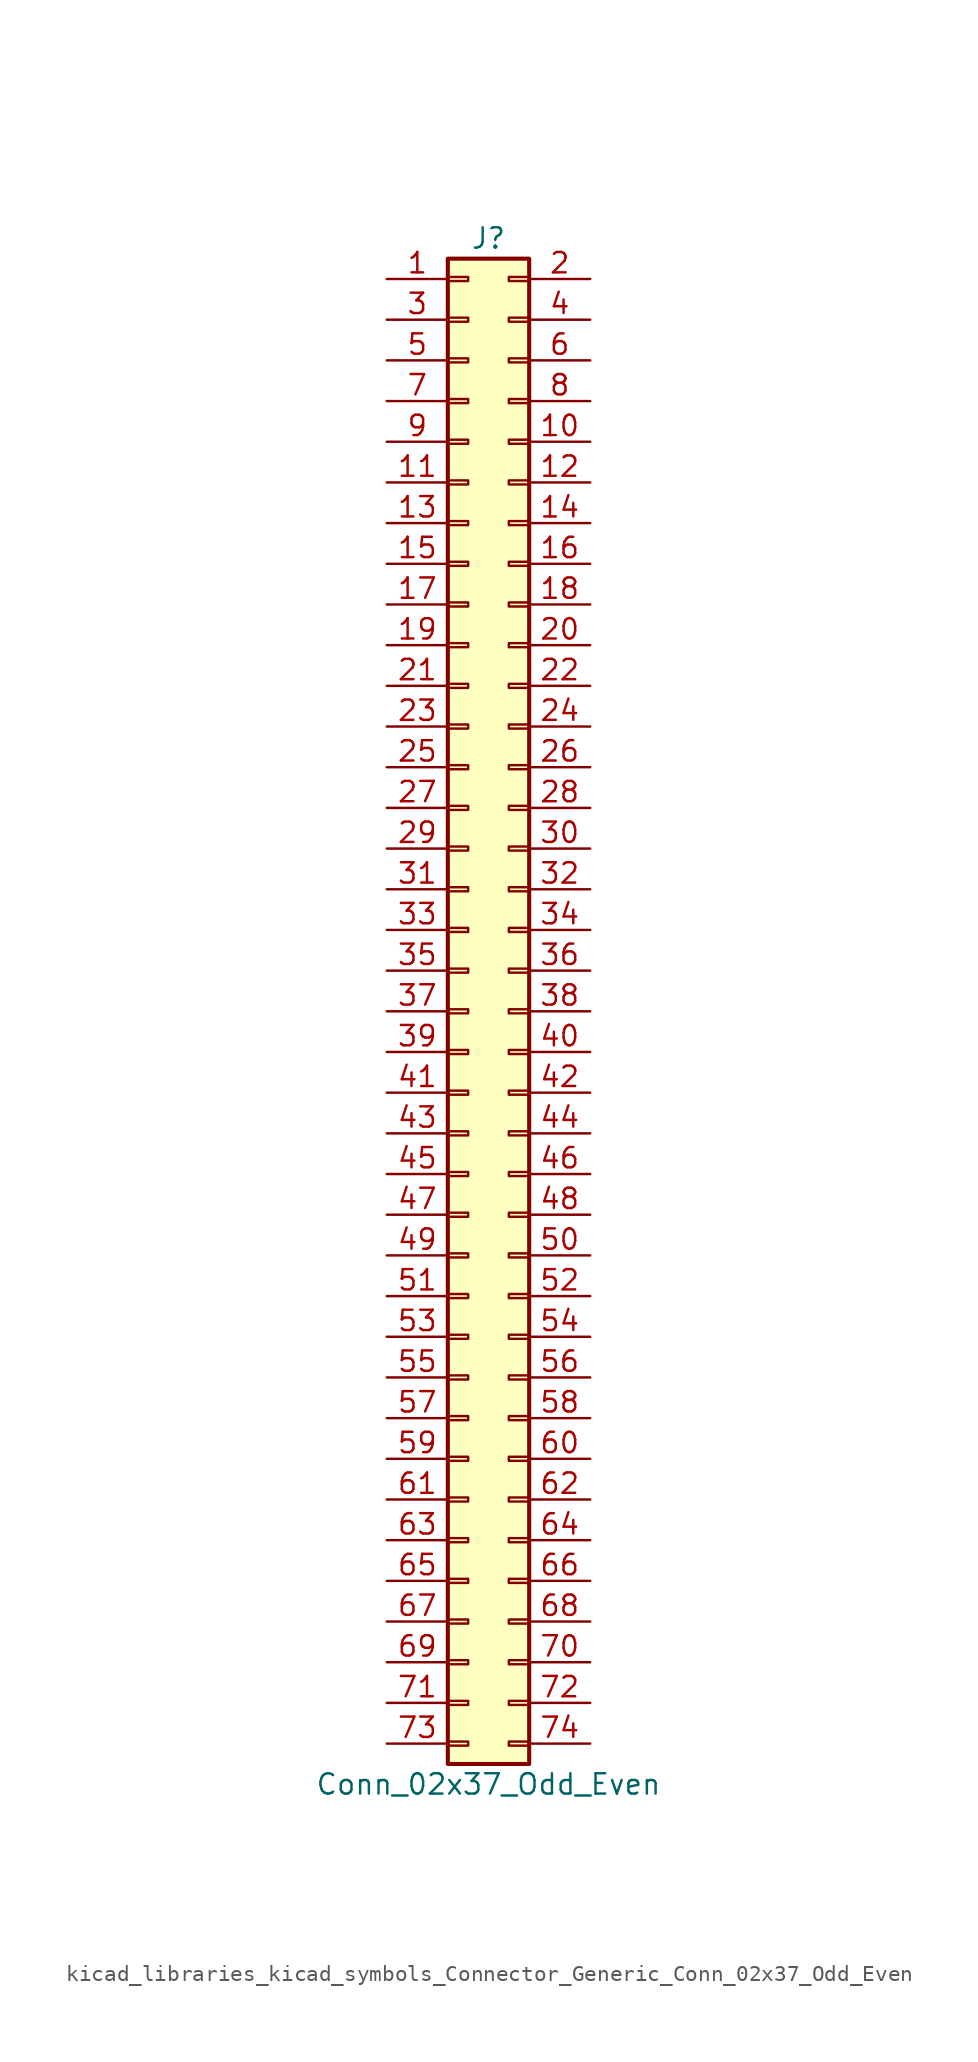
<source format=kicad_sym>
(kicad_symbol_lib
  (version 20220914)
  (generator kicad_symbol_editor)
  (symbol "kicad_libraries_kicad_symbols_Connector_Generic_Conn_02x37_Odd_Even"
    (pin_names
      (offset 1.016) hide)
    (property "Reference" "J"
      (at 1.27 48.26 0)
      (effects (font (size 1.27 1.27))))
    (property "Value" "Conn_02x37_Odd_Even"
      (at 1.27 -48.26 0)
      (effects (font (size 1.27 1.27))))
    (symbol "kicad_libraries_kicad_symbols_Connector_Generic_Conn_02x37_Odd_Even_1_1"
      (rectangle (start -1.27 -45.593) (end 0 -45.847) (stroke (width 0.152) (type default)) (fill (type none)))
      (rectangle (start -1.27 -43.053) (end 0 -43.307) (stroke (width 0.152) (type default)) (fill (type none)))
      (rectangle (start -1.27 -40.513) (end 0 -40.767) (stroke (width 0.152) (type default)) (fill (type none)))
      (rectangle (start -1.27 -37.973) (end 0 -38.227) (stroke (width 0.152) (type default)) (fill (type none)))
      (rectangle (start -1.27 -35.433) (end 0 -35.687) (stroke (width 0.152) (type default)) (fill (type none)))
      (rectangle (start -1.27 -32.893) (end 0 -33.147) (stroke (width 0.152) (type default)) (fill (type none)))
      (rectangle (start -1.27 -30.353) (end 0 -30.607) (stroke (width 0.152) (type default)) (fill (type none)))
      (rectangle (start -1.27 -27.813) (end 0 -28.067) (stroke (width 0.152) (type default)) (fill (type none)))
      (rectangle (start -1.27 -25.273) (end 0 -25.527) (stroke (width 0.152) (type default)) (fill (type none)))
      (rectangle (start -1.27 -22.733) (end 0 -22.987) (stroke (width 0.152) (type default)) (fill (type none)))
      (rectangle (start -1.27 -20.193) (end 0 -20.447) (stroke (width 0.152) (type default)) (fill (type none)))
      (rectangle (start -1.27 -17.653) (end 0 -17.907) (stroke (width 0.152) (type default)) (fill (type none)))
      (rectangle (start -1.27 -15.113) (end 0 -15.367) (stroke (width 0.152) (type default)) (fill (type none)))
      (rectangle (start -1.27 -12.573) (end 0 -12.827) (stroke (width 0.152) (type default)) (fill (type none)))
      (rectangle (start -1.27 -10.033) (end 0 -10.287) (stroke (width 0.152) (type default)) (fill (type none)))
      (rectangle (start -1.27 -7.493) (end 0 -7.747) (stroke (width 0.152) (type default)) (fill (type none)))
      (rectangle (start -1.27 -4.953) (end 0 -5.207) (stroke (width 0.152) (type default)) (fill (type none)))
      (rectangle (start -1.27 -2.413) (end 0 -2.667) (stroke (width 0.152) (type default)) (fill (type none)))
      (rectangle (start -1.27 0.127) (end 0 -0.127) (stroke (width 0.152) (type default)) (fill (type none)))
      (rectangle (start -1.27 2.667) (end 0 2.413) (stroke (width 0.152) (type default)) (fill (type none)))
      (rectangle (start -1.27 5.207) (end 0 4.953) (stroke (width 0.152) (type default)) (fill (type none)))
      (rectangle (start -1.27 7.747) (end 0 7.493) (stroke (width 0.152) (type default)) (fill (type none)))
      (rectangle (start -1.27 10.287) (end 0 10.033) (stroke (width 0.152) (type default)) (fill (type none)))
      (rectangle (start -1.27 12.827) (end 0 12.573) (stroke (width 0.152) (type default)) (fill (type none)))
      (rectangle (start -1.27 15.367) (end 0 15.113) (stroke (width 0.152) (type default)) (fill (type none)))
      (rectangle (start -1.27 17.907) (end 0 17.653) (stroke (width 0.152) (type default)) (fill (type none)))
      (rectangle (start -1.27 20.447) (end 0 20.193) (stroke (width 0.152) (type default)) (fill (type none)))
      (rectangle (start -1.27 22.987) (end 0 22.733) (stroke (width 0.152) (type default)) (fill (type none)))
      (rectangle (start -1.27 25.527) (end 0 25.273) (stroke (width 0.152) (type default)) (fill (type none)))
      (rectangle (start -1.27 28.067) (end 0 27.813) (stroke (width 0.152) (type default)) (fill (type none)))
      (rectangle (start -1.27 30.607) (end 0 30.353) (stroke (width 0.152) (type default)) (fill (type none)))
      (rectangle (start -1.27 33.147) (end 0 32.893) (stroke (width 0.152) (type default)) (fill (type none)))
      (rectangle (start -1.27 35.687) (end 0 35.433) (stroke (width 0.152) (type default)) (fill (type none)))
      (rectangle (start -1.27 38.227) (end 0 37.973) (stroke (width 0.152) (type default)) (fill (type none)))
      (rectangle (start -1.27 40.767) (end 0 40.513) (stroke (width 0.152) (type default)) (fill (type none)))
      (rectangle (start -1.27 43.307) (end 0 43.053) (stroke (width 0.152) (type default)) (fill (type none)))
      (rectangle (start -1.27 45.847) (end 0 45.593) (stroke (width 0.152) (type default)) (fill (type none)))
      (rectangle (start -1.27 46.99) (end 3.81 -46.99) (stroke (width 0.254) (type default)) (fill (type background)))
      (rectangle (start 3.81 -45.593) (end 2.54 -45.847) (stroke (width 0.152) (type default)) (fill (type none)))
      (rectangle (start 3.81 -43.053) (end 2.54 -43.307) (stroke (width 0.152) (type default)) (fill (type none)))
      (rectangle (start 3.81 -40.513) (end 2.54 -40.767) (stroke (width 0.152) (type default)) (fill (type none)))
      (rectangle (start 3.81 -37.973) (end 2.54 -38.227) (stroke (width 0.152) (type default)) (fill (type none)))
      (rectangle (start 3.81 -35.433) (end 2.54 -35.687) (stroke (width 0.152) (type default)) (fill (type none)))
      (rectangle (start 3.81 -32.893) (end 2.54 -33.147) (stroke (width 0.152) (type default)) (fill (type none)))
      (rectangle (start 3.81 -30.353) (end 2.54 -30.607) (stroke (width 0.152) (type default)) (fill (type none)))
      (rectangle (start 3.81 -27.813) (end 2.54 -28.067) (stroke (width 0.152) (type default)) (fill (type none)))
      (rectangle (start 3.81 -25.273) (end 2.54 -25.527) (stroke (width 0.152) (type default)) (fill (type none)))
      (rectangle (start 3.81 -22.733) (end 2.54 -22.987) (stroke (width 0.152) (type default)) (fill (type none)))
      (rectangle (start 3.81 -20.193) (end 2.54 -20.447) (stroke (width 0.152) (type default)) (fill (type none)))
      (rectangle (start 3.81 -17.653) (end 2.54 -17.907) (stroke (width 0.152) (type default)) (fill (type none)))
      (rectangle (start 3.81 -15.113) (end 2.54 -15.367) (stroke (width 0.152) (type default)) (fill (type none)))
      (rectangle (start 3.81 -12.573) (end 2.54 -12.827) (stroke (width 0.152) (type default)) (fill (type none)))
      (rectangle (start 3.81 -10.033) (end 2.54 -10.287) (stroke (width 0.152) (type default)) (fill (type none)))
      (rectangle (start 3.81 -7.493) (end 2.54 -7.747) (stroke (width 0.152) (type default)) (fill (type none)))
      (rectangle (start 3.81 -4.953) (end 2.54 -5.207) (stroke (width 0.152) (type default)) (fill (type none)))
      (rectangle (start 3.81 -2.413) (end 2.54 -2.667) (stroke (width 0.152) (type default)) (fill (type none)))
      (rectangle (start 3.81 0.127) (end 2.54 -0.127) (stroke (width 0.152) (type default)) (fill (type none)))
      (rectangle (start 3.81 2.667) (end 2.54 2.413) (stroke (width 0.152) (type default)) (fill (type none)))
      (rectangle (start 3.81 5.207) (end 2.54 4.953) (stroke (width 0.152) (type default)) (fill (type none)))
      (rectangle (start 3.81 7.747) (end 2.54 7.493) (stroke (width 0.152) (type default)) (fill (type none)))
      (rectangle (start 3.81 10.287) (end 2.54 10.033) (stroke (width 0.152) (type default)) (fill (type none)))
      (rectangle (start 3.81 12.827) (end 2.54 12.573) (stroke (width 0.152) (type default)) (fill (type none)))
      (rectangle (start 3.81 15.367) (end 2.54 15.113) (stroke (width 0.152) (type default)) (fill (type none)))
      (rectangle (start 3.81 17.907) (end 2.54 17.653) (stroke (width 0.152) (type default)) (fill (type none)))
      (rectangle (start 3.81 20.447) (end 2.54 20.193) (stroke (width 0.152) (type default)) (fill (type none)))
      (rectangle (start 3.81 22.987) (end 2.54 22.733) (stroke (width 0.152) (type default)) (fill (type none)))
      (rectangle (start 3.81 25.527) (end 2.54 25.273) (stroke (width 0.152) (type default)) (fill (type none)))
      (rectangle (start 3.81 28.067) (end 2.54 27.813) (stroke (width 0.152) (type default)) (fill (type none)))
      (rectangle (start 3.81 30.607) (end 2.54 30.353) (stroke (width 0.152) (type default)) (fill (type none)))
      (rectangle (start 3.81 33.147) (end 2.54 32.893) (stroke (width 0.152) (type default)) (fill (type none)))
      (rectangle (start 3.81 35.687) (end 2.54 35.433) (stroke (width 0.152) (type default)) (fill (type none)))
      (rectangle (start 3.81 38.227) (end 2.54 37.973) (stroke (width 0.152) (type default)) (fill (type none)))
      (rectangle (start 3.81 40.767) (end 2.54 40.513) (stroke (width 0.152) (type default)) (fill (type none)))
      (rectangle (start 3.81 43.307) (end 2.54 43.053) (stroke (width 0.152) (type default)) (fill (type none)))
      (rectangle (start 3.81 45.847) (end 2.54 45.593) (stroke (width 0.152) (type default)) (fill (type none)))
      (pin passive line (at -5.08 45.72 0) (length 3.81) (name "Pin_1" (effects (font (size 1.27 1.27)))) (number "1" (effects (font (size 1.27 1.27)))))
      (pin passive line (at 7.62 35.56 180) (length 3.81) (name "Pin_10" (effects (font (size 1.27 1.27)))) (number "10" (effects (font (size 1.27 1.27)))))
      (pin passive line (at -5.08 33.02 0) (length 3.81) (name "Pin_11" (effects (font (size 1.27 1.27)))) (number "11" (effects (font (size 1.27 1.27)))))
      (pin passive line (at 7.62 33.02 180) (length 3.81) (name "Pin_12" (effects (font (size 1.27 1.27)))) (number "12" (effects (font (size 1.27 1.27)))))
      (pin passive line (at -5.08 30.48 0) (length 3.81) (name "Pin_13" (effects (font (size 1.27 1.27)))) (number "13" (effects (font (size 1.27 1.27)))))
      (pin passive line (at 7.62 30.48 180) (length 3.81) (name "Pin_14" (effects (font (size 1.27 1.27)))) (number "14" (effects (font (size 1.27 1.27)))))
      (pin passive line (at -5.08 27.94 0) (length 3.81) (name "Pin_15" (effects (font (size 1.27 1.27)))) (number "15" (effects (font (size 1.27 1.27)))))
      (pin passive line (at 7.62 27.94 180) (length 3.81) (name "Pin_16" (effects (font (size 1.27 1.27)))) (number "16" (effects (font (size 1.27 1.27)))))
      (pin passive line (at -5.08 25.4 0) (length 3.81) (name "Pin_17" (effects (font (size 1.27 1.27)))) (number "17" (effects (font (size 1.27 1.27)))))
      (pin passive line (at 7.62 25.4 180) (length 3.81) (name "Pin_18" (effects (font (size 1.27 1.27)))) (number "18" (effects (font (size 1.27 1.27)))))
      (pin passive line (at -5.08 22.86 0) (length 3.81) (name "Pin_19" (effects (font (size 1.27 1.27)))) (number "19" (effects (font (size 1.27 1.27)))))
      (pin passive line (at 7.62 45.72 180) (length 3.81) (name "Pin_2" (effects (font (size 1.27 1.27)))) (number "2" (effects (font (size 1.27 1.27)))))
      (pin passive line (at 7.62 22.86 180) (length 3.81) (name "Pin_20" (effects (font (size 1.27 1.27)))) (number "20" (effects (font (size 1.27 1.27)))))
      (pin passive line (at -5.08 20.32 0) (length 3.81) (name "Pin_21" (effects (font (size 1.27 1.27)))) (number "21" (effects (font (size 1.27 1.27)))))
      (pin passive line (at 7.62 20.32 180) (length 3.81) (name "Pin_22" (effects (font (size 1.27 1.27)))) (number "22" (effects (font (size 1.27 1.27)))))
      (pin passive line (at -5.08 17.78 0) (length 3.81) (name "Pin_23" (effects (font (size 1.27 1.27)))) (number "23" (effects (font (size 1.27 1.27)))))
      (pin passive line (at 7.62 17.78 180) (length 3.81) (name "Pin_24" (effects (font (size 1.27 1.27)))) (number "24" (effects (font (size 1.27 1.27)))))
      (pin passive line (at -5.08 15.24 0) (length 3.81) (name "Pin_25" (effects (font (size 1.27 1.27)))) (number "25" (effects (font (size 1.27 1.27)))))
      (pin passive line (at 7.62 15.24 180) (length 3.81) (name "Pin_26" (effects (font (size 1.27 1.27)))) (number "26" (effects (font (size 1.27 1.27)))))
      (pin passive line (at -5.08 12.7 0) (length 3.81) (name "Pin_27" (effects (font (size 1.27 1.27)))) (number "27" (effects (font (size 1.27 1.27)))))
      (pin passive line (at 7.62 12.7 180) (length 3.81) (name "Pin_28" (effects (font (size 1.27 1.27)))) (number "28" (effects (font (size 1.27 1.27)))))
      (pin passive line (at -5.08 10.16 0) (length 3.81) (name "Pin_29" (effects (font (size 1.27 1.27)))) (number "29" (effects (font (size 1.27 1.27)))))
      (pin passive line (at -5.08 43.18 0) (length 3.81) (name "Pin_3" (effects (font (size 1.27 1.27)))) (number "3" (effects (font (size 1.27 1.27)))))
      (pin passive line (at 7.62 10.16 180) (length 3.81) (name "Pin_30" (effects (font (size 1.27 1.27)))) (number "30" (effects (font (size 1.27 1.27)))))
      (pin passive line (at -5.08 7.62 0) (length 3.81) (name "Pin_31" (effects (font (size 1.27 1.27)))) (number "31" (effects (font (size 1.27 1.27)))))
      (pin passive line (at 7.62 7.62 180) (length 3.81) (name "Pin_32" (effects (font (size 1.27 1.27)))) (number "32" (effects (font (size 1.27 1.27)))))
      (pin passive line (at -5.08 5.08 0) (length 3.81) (name "Pin_33" (effects (font (size 1.27 1.27)))) (number "33" (effects (font (size 1.27 1.27)))))
      (pin passive line (at 7.62 5.08 180) (length 3.81) (name "Pin_34" (effects (font (size 1.27 1.27)))) (number "34" (effects (font (size 1.27 1.27)))))
      (pin passive line (at -5.08 2.54 0) (length 3.81) (name "Pin_35" (effects (font (size 1.27 1.27)))) (number "35" (effects (font (size 1.27 1.27)))))
      (pin passive line (at 7.62 2.54 180) (length 3.81) (name "Pin_36" (effects (font (size 1.27 1.27)))) (number "36" (effects (font (size 1.27 1.27)))))
      (pin passive line (at -5.08 0 0) (length 3.81) (name "Pin_37" (effects (font (size 1.27 1.27)))) (number "37" (effects (font (size 1.27 1.27)))))
      (pin passive line (at 7.62 0 180) (length 3.81) (name "Pin_38" (effects (font (size 1.27 1.27)))) (number "38" (effects (font (size 1.27 1.27)))))
      (pin passive line (at -5.08 -2.54 0) (length 3.81) (name "Pin_39" (effects (font (size 1.27 1.27)))) (number "39" (effects (font (size 1.27 1.27)))))
      (pin passive line (at 7.62 43.18 180) (length 3.81) (name "Pin_4" (effects (font (size 1.27 1.27)))) (number "4" (effects (font (size 1.27 1.27)))))
      (pin passive line (at 7.62 -2.54 180) (length 3.81) (name "Pin_40" (effects (font (size 1.27 1.27)))) (number "40" (effects (font (size 1.27 1.27)))))
      (pin passive line (at -5.08 -5.08 0) (length 3.81) (name "Pin_41" (effects (font (size 1.27 1.27)))) (number "41" (effects (font (size 1.27 1.27)))))
      (pin passive line (at 7.62 -5.08 180) (length 3.81) (name "Pin_42" (effects (font (size 1.27 1.27)))) (number "42" (effects (font (size 1.27 1.27)))))
      (pin passive line (at -5.08 -7.62 0) (length 3.81) (name "Pin_43" (effects (font (size 1.27 1.27)))) (number "43" (effects (font (size 1.27 1.27)))))
      (pin passive line (at 7.62 -7.62 180) (length 3.81) (name "Pin_44" (effects (font (size 1.27 1.27)))) (number "44" (effects (font (size 1.27 1.27)))))
      (pin passive line (at -5.08 -10.16 0) (length 3.81) (name "Pin_45" (effects (font (size 1.27 1.27)))) (number "45" (effects (font (size 1.27 1.27)))))
      (pin passive line (at 7.62 -10.16 180) (length 3.81) (name "Pin_46" (effects (font (size 1.27 1.27)))) (number "46" (effects (font (size 1.27 1.27)))))
      (pin passive line (at -5.08 -12.7 0) (length 3.81) (name "Pin_47" (effects (font (size 1.27 1.27)))) (number "47" (effects (font (size 1.27 1.27)))))
      (pin passive line (at 7.62 -12.7 180) (length 3.81) (name "Pin_48" (effects (font (size 1.27 1.27)))) (number "48" (effects (font (size 1.27 1.27)))))
      (pin passive line (at -5.08 -15.24 0) (length 3.81) (name "Pin_49" (effects (font (size 1.27 1.27)))) (number "49" (effects (font (size 1.27 1.27)))))
      (pin passive line (at -5.08 40.64 0) (length 3.81) (name "Pin_5" (effects (font (size 1.27 1.27)))) (number "5" (effects (font (size 1.27 1.27)))))
      (pin passive line (at 7.62 -15.24 180) (length 3.81) (name "Pin_50" (effects (font (size 1.27 1.27)))) (number "50" (effects (font (size 1.27 1.27)))))
      (pin passive line (at -5.08 -17.78 0) (length 3.81) (name "Pin_51" (effects (font (size 1.27 1.27)))) (number "51" (effects (font (size 1.27 1.27)))))
      (pin passive line (at 7.62 -17.78 180) (length 3.81) (name "Pin_52" (effects (font (size 1.27 1.27)))) (number "52" (effects (font (size 1.27 1.27)))))
      (pin passive line (at -5.08 -20.32 0) (length 3.81) (name "Pin_53" (effects (font (size 1.27 1.27)))) (number "53" (effects (font (size 1.27 1.27)))))
      (pin passive line (at 7.62 -20.32 180) (length 3.81) (name "Pin_54" (effects (font (size 1.27 1.27)))) (number "54" (effects (font (size 1.27 1.27)))))
      (pin passive line (at -5.08 -22.86 0) (length 3.81) (name "Pin_55" (effects (font (size 1.27 1.27)))) (number "55" (effects (font (size 1.27 1.27)))))
      (pin passive line (at 7.62 -22.86 180) (length 3.81) (name "Pin_56" (effects (font (size 1.27 1.27)))) (number "56" (effects (font (size 1.27 1.27)))))
      (pin passive line (at -5.08 -25.4 0) (length 3.81) (name "Pin_57" (effects (font (size 1.27 1.27)))) (number "57" (effects (font (size 1.27 1.27)))))
      (pin passive line (at 7.62 -25.4 180) (length 3.81) (name "Pin_58" (effects (font (size 1.27 1.27)))) (number "58" (effects (font (size 1.27 1.27)))))
      (pin passive line (at -5.08 -27.94 0) (length 3.81) (name "Pin_59" (effects (font (size 1.27 1.27)))) (number "59" (effects (font (size 1.27 1.27)))))
      (pin passive line (at 7.62 40.64 180) (length 3.81) (name "Pin_6" (effects (font (size 1.27 1.27)))) (number "6" (effects (font (size 1.27 1.27)))))
      (pin passive line (at 7.62 -27.94 180) (length 3.81) (name "Pin_60" (effects (font (size 1.27 1.27)))) (number "60" (effects (font (size 1.27 1.27)))))
      (pin passive line (at -5.08 -30.48 0) (length 3.81) (name "Pin_61" (effects (font (size 1.27 1.27)))) (number "61" (effects (font (size 1.27 1.27)))))
      (pin passive line (at 7.62 -30.48 180) (length 3.81) (name "Pin_62" (effects (font (size 1.27 1.27)))) (number "62" (effects (font (size 1.27 1.27)))))
      (pin passive line (at -5.08 -33.02 0) (length 3.81) (name "Pin_63" (effects (font (size 1.27 1.27)))) (number "63" (effects (font (size 1.27 1.27)))))
      (pin passive line (at 7.62 -33.02 180) (length 3.81) (name "Pin_64" (effects (font (size 1.27 1.27)))) (number "64" (effects (font (size 1.27 1.27)))))
      (pin passive line (at -5.08 -35.56 0) (length 3.81) (name "Pin_65" (effects (font (size 1.27 1.27)))) (number "65" (effects (font (size 1.27 1.27)))))
      (pin passive line (at 7.62 -35.56 180) (length 3.81) (name "Pin_66" (effects (font (size 1.27 1.27)))) (number "66" (effects (font (size 1.27 1.27)))))
      (pin passive line (at -5.08 -38.1 0) (length 3.81) (name "Pin_67" (effects (font (size 1.27 1.27)))) (number "67" (effects (font (size 1.27 1.27)))))
      (pin passive line (at 7.62 -38.1 180) (length 3.81) (name "Pin_68" (effects (font (size 1.27 1.27)))) (number "68" (effects (font (size 1.27 1.27)))))
      (pin passive line (at -5.08 -40.64 0) (length 3.81) (name "Pin_69" (effects (font (size 1.27 1.27)))) (number "69" (effects (font (size 1.27 1.27)))))
      (pin passive line (at -5.08 38.1 0) (length 3.81) (name "Pin_7" (effects (font (size 1.27 1.27)))) (number "7" (effects (font (size 1.27 1.27)))))
      (pin passive line (at 7.62 -40.64 180) (length 3.81) (name "Pin_70" (effects (font (size 1.27 1.27)))) (number "70" (effects (font (size 1.27 1.27)))))
      (pin passive line (at -5.08 -43.18 0) (length 3.81) (name "Pin_71" (effects (font (size 1.27 1.27)))) (number "71" (effects (font (size 1.27 1.27)))))
      (pin passive line (at 7.62 -43.18 180) (length 3.81) (name "Pin_72" (effects (font (size 1.27 1.27)))) (number "72" (effects (font (size 1.27 1.27)))))
      (pin passive line (at -5.08 -45.72 0) (length 3.81) (name "Pin_73" (effects (font (size 1.27 1.27)))) (number "73" (effects (font (size 1.27 1.27)))))
      (pin passive line (at 7.62 -45.72 180) (length 3.81) (name "Pin_74" (effects (font (size 1.27 1.27)))) (number "74" (effects (font (size 1.27 1.27)))))
      (pin passive line (at 7.62 38.1 180) (length 3.81) (name "Pin_8" (effects (font (size 1.27 1.27)))) (number "8" (effects (font (size 1.27 1.27)))))
      (pin passive line (at -5.08 35.56 0) (length 3.81) (name "Pin_9" (effects (font (size 1.27 1.27)))) (number "9" (effects (font (size 1.27 1.27))))))))
</source>
